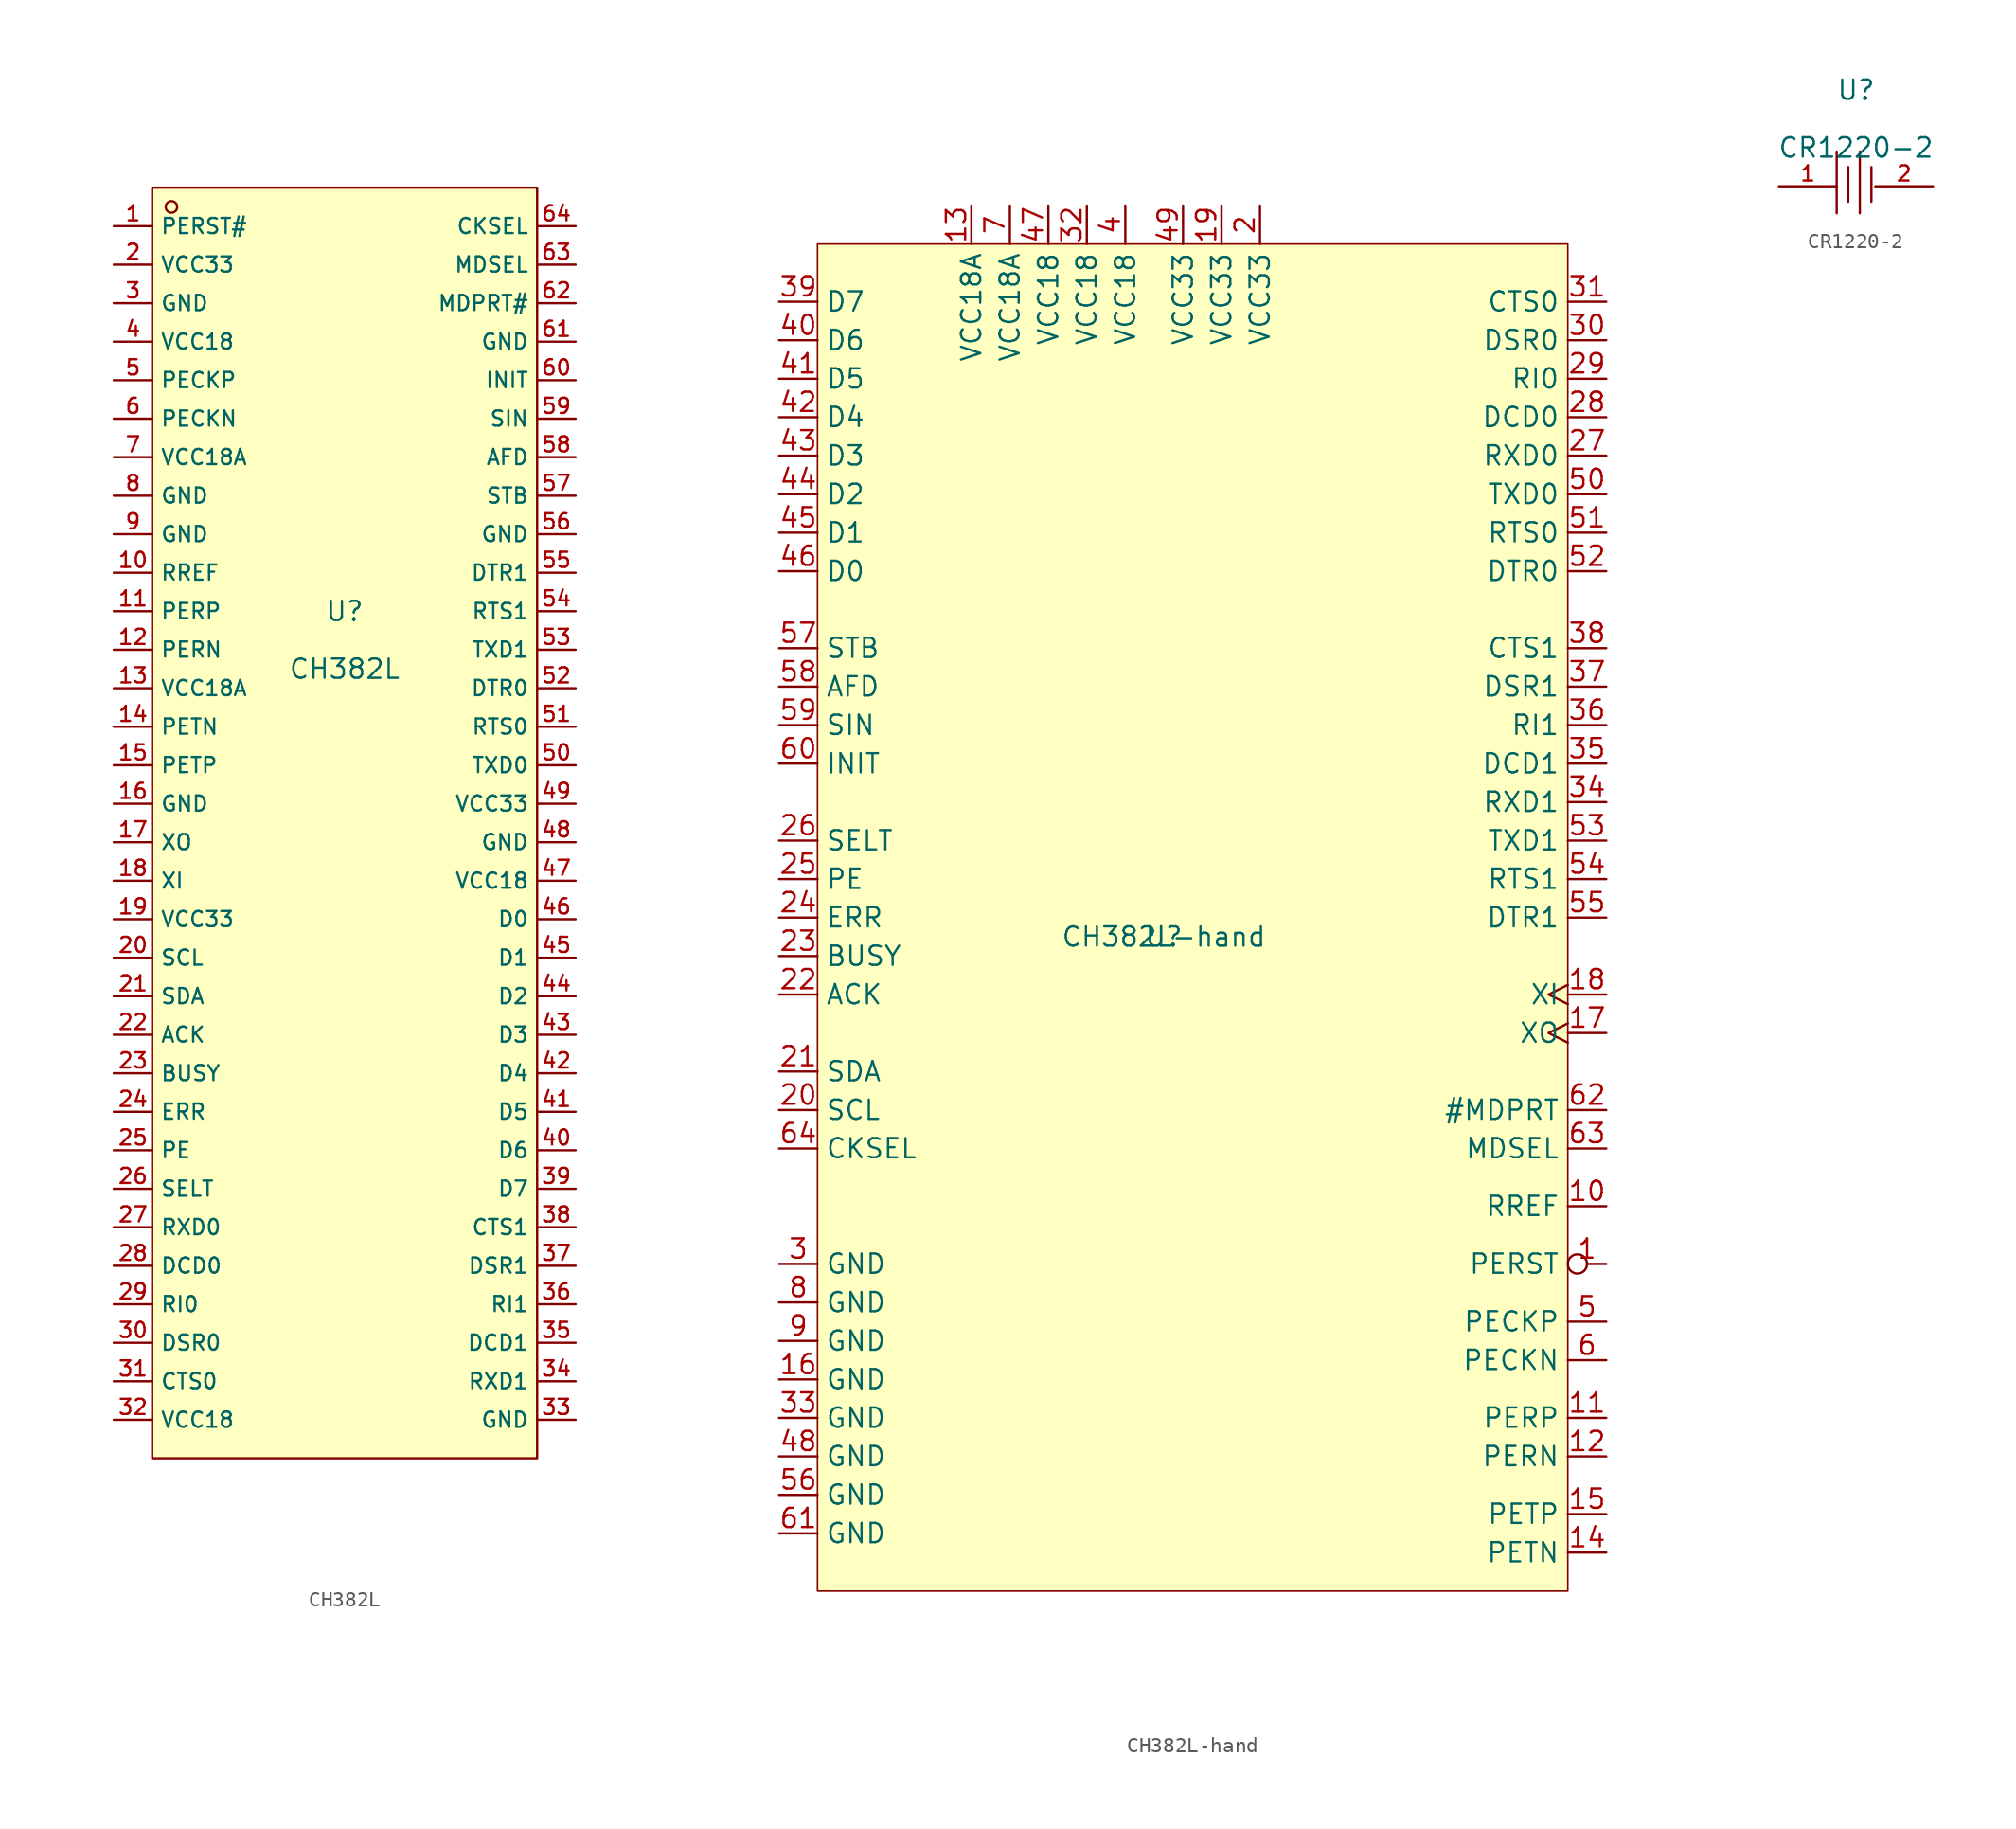
<source format=kicad_sym>
(kicad_symbol_lib
  (version 20211014)
  (generator kicad_symbol_editor)
  (symbol "CH382L"
    (property "Reference" "U"
      (at 0 1.27 0)
      (effects (font (size 1.27 1.27))))
    (property "Value" "CH382L"
      (at 0 -2.54 0)
      (effects (font (size 1.27 1.27))))
    (symbol "CH382L_0_1"
      (rectangle (start -12.7 29.21) (end 12.7 -54.61) (stroke (width 0) (type default) (color 0 0 0 0)) (fill (type background)))
      (circle (center -11.43 27.94) (radius 0.381) (stroke (width 0) (type default) (color 0 0 0 0)) (fill (type background)))
      (pin unspecified line (at -15.24 26.67 0) (length 2.54) (name "PERST#" (effects (font (size 1 1)))) (number "1" (effects (font (size 1 1)))))
      (pin unspecified line (at -15.24 3.81 0) (length 2.54) (name "RREF" (effects (font (size 1 1)))) (number "10" (effects (font (size 1 1)))))
      (pin unspecified line (at -15.24 1.27 0) (length 2.54) (name "PERP" (effects (font (size 1 1)))) (number "11" (effects (font (size 1 1)))))
      (pin unspecified line (at -15.24 -1.27 0) (length 2.54) (name "PERN" (effects (font (size 1 1)))) (number "12" (effects (font (size 1 1)))))
      (pin unspecified line (at -15.24 -3.81 0) (length 2.54) (name "VCC18A" (effects (font (size 1 1)))) (number "13" (effects (font (size 1 1)))))
      (pin unspecified line (at -15.24 -6.35 0) (length 2.54) (name "PETN" (effects (font (size 1 1)))) (number "14" (effects (font (size 1 1)))))
      (pin unspecified line (at -15.24 -8.89 0) (length 2.54) (name "PETP" (effects (font (size 1 1)))) (number "15" (effects (font (size 1 1)))))
      (pin unspecified line (at -15.24 -11.43 0) (length 2.54) (name "GND" (effects (font (size 1 1)))) (number "16" (effects (font (size 1 1)))))
      (pin unspecified line (at -15.24 -13.97 0) (length 2.54) (name "XO" (effects (font (size 1 1)))) (number "17" (effects (font (size 1 1)))))
      (pin unspecified line (at -15.24 -16.51 0) (length 2.54) (name "XI" (effects (font (size 1 1)))) (number "18" (effects (font (size 1 1)))))
      (pin unspecified line (at -15.24 -19.05 0) (length 2.54) (name "VCC33" (effects (font (size 1 1)))) (number "19" (effects (font (size 1 1)))))
      (pin unspecified line (at -15.24 24.13 0) (length 2.54) (name "VCC33" (effects (font (size 1 1)))) (number "2" (effects (font (size 1 1)))))
      (pin unspecified line (at -15.24 -21.59 0) (length 2.54) (name "SCL" (effects (font (size 1 1)))) (number "20" (effects (font (size 1 1)))))
      (pin unspecified line (at -15.24 -24.13 0) (length 2.54) (name "SDA" (effects (font (size 1 1)))) (number "21" (effects (font (size 1 1)))))
      (pin unspecified line (at -15.24 -26.67 0) (length 2.54) (name "ACK" (effects (font (size 1 1)))) (number "22" (effects (font (size 1 1)))))
      (pin unspecified line (at -15.24 -29.21 0) (length 2.54) (name "BUSY" (effects (font (size 1 1)))) (number "23" (effects (font (size 1 1)))))
      (pin unspecified line (at -15.24 -31.75 0) (length 2.54) (name "ERR" (effects (font (size 1 1)))) (number "24" (effects (font (size 1 1)))))
      (pin unspecified line (at -15.24 -34.29 0) (length 2.54) (name "PE" (effects (font (size 1 1)))) (number "25" (effects (font (size 1 1)))))
      (pin unspecified line (at -15.24 -36.83 0) (length 2.54) (name "SELT" (effects (font (size 1 1)))) (number "26" (effects (font (size 1 1)))))
      (pin unspecified line (at -15.24 -39.37 0) (length 2.54) (name "RXD0" (effects (font (size 1 1)))) (number "27" (effects (font (size 1 1)))))
      (pin unspecified line (at -15.24 -41.91 0) (length 2.54) (name "DCD0" (effects (font (size 1 1)))) (number "28" (effects (font (size 1 1)))))
      (pin unspecified line (at -15.24 -44.45 0) (length 2.54) (name "RI0" (effects (font (size 1 1)))) (number "29" (effects (font (size 1 1)))))
      (pin unspecified line (at -15.24 21.59 0) (length 2.54) (name "GND" (effects (font (size 1 1)))) (number "3" (effects (font (size 1 1)))))
      (pin unspecified line (at -15.24 -46.99 0) (length 2.54) (name "DSR0" (effects (font (size 1 1)))) (number "30" (effects (font (size 1 1)))))
      (pin unspecified line (at -15.24 -49.53 0) (length 2.54) (name "CTS0" (effects (font (size 1 1)))) (number "31" (effects (font (size 1 1)))))
      (pin unspecified line (at -15.24 -52.07 0) (length 2.54) (name "VCC18" (effects (font (size 1 1)))) (number "32" (effects (font (size 1 1)))))
      (pin unspecified line (at 15.24 -52.07 180) (length 2.54) (name "GND" (effects (font (size 1 1)))) (number "33" (effects (font (size 1 1)))))
      (pin unspecified line (at 15.24 -49.53 180) (length 2.54) (name "RXD1" (effects (font (size 1 1)))) (number "34" (effects (font (size 1 1)))))
      (pin unspecified line (at 15.24 -46.99 180) (length 2.54) (name "DCD1" (effects (font (size 1 1)))) (number "35" (effects (font (size 1 1)))))
      (pin unspecified line (at 15.24 -44.45 180) (length 2.54) (name "RI1" (effects (font (size 1 1)))) (number "36" (effects (font (size 1 1)))))
      (pin unspecified line (at 15.24 -41.91 180) (length 2.54) (name "DSR1" (effects (font (size 1 1)))) (number "37" (effects (font (size 1 1)))))
      (pin unspecified line (at 15.24 -39.37 180) (length 2.54) (name "CTS1" (effects (font (size 1 1)))) (number "38" (effects (font (size 1 1)))))
      (pin unspecified line (at 15.24 -36.83 180) (length 2.54) (name "D7" (effects (font (size 1 1)))) (number "39" (effects (font (size 1 1)))))
      (pin unspecified line (at -15.24 19.05 0) (length 2.54) (name "VCC18" (effects (font (size 1 1)))) (number "4" (effects (font (size 1 1)))))
      (pin unspecified line (at 15.24 -34.29 180) (length 2.54) (name "D6" (effects (font (size 1 1)))) (number "40" (effects (font (size 1 1)))))
      (pin unspecified line (at 15.24 -31.75 180) (length 2.54) (name "D5" (effects (font (size 1 1)))) (number "41" (effects (font (size 1 1)))))
      (pin unspecified line (at 15.24 -29.21 180) (length 2.54) (name "D4" (effects (font (size 1 1)))) (number "42" (effects (font (size 1 1)))))
      (pin unspecified line (at 15.24 -26.67 180) (length 2.54) (name "D3" (effects (font (size 1 1)))) (number "43" (effects (font (size 1 1)))))
      (pin unspecified line (at 15.24 -24.13 180) (length 2.54) (name "D2" (effects (font (size 1 1)))) (number "44" (effects (font (size 1 1)))))
      (pin unspecified line (at 15.24 -21.59 180) (length 2.54) (name "D1" (effects (font (size 1 1)))) (number "45" (effects (font (size 1 1)))))
      (pin unspecified line (at 15.24 -19.05 180) (length 2.54) (name "D0" (effects (font (size 1 1)))) (number "46" (effects (font (size 1 1)))))
      (pin unspecified line (at 15.24 -16.51 180) (length 2.54) (name "VCC18" (effects (font (size 1 1)))) (number "47" (effects (font (size 1 1)))))
      (pin unspecified line (at 15.24 -13.97 180) (length 2.54) (name "GND" (effects (font (size 1 1)))) (number "48" (effects (font (size 1 1)))))
      (pin unspecified line (at 15.24 -11.43 180) (length 2.54) (name "VCC33" (effects (font (size 1 1)))) (number "49" (effects (font (size 1 1)))))
      (pin unspecified line (at -15.24 16.51 0) (length 2.54) (name "PECKP" (effects (font (size 1 1)))) (number "5" (effects (font (size 1 1)))))
      (pin unspecified line (at 15.24 -8.89 180) (length 2.54) (name "TXD0" (effects (font (size 1 1)))) (number "50" (effects (font (size 1 1)))))
      (pin unspecified line (at 15.24 -6.35 180) (length 2.54) (name "RTS0" (effects (font (size 1 1)))) (number "51" (effects (font (size 1 1)))))
      (pin unspecified line (at 15.24 -3.81 180) (length 2.54) (name "DTR0" (effects (font (size 1 1)))) (number "52" (effects (font (size 1 1)))))
      (pin unspecified line (at 15.24 -1.27 180) (length 2.54) (name "TXD1" (effects (font (size 1 1)))) (number "53" (effects (font (size 1 1)))))
      (pin unspecified line (at 15.24 1.27 180) (length 2.54) (name "RTS1" (effects (font (size 1 1)))) (number "54" (effects (font (size 1 1)))))
      (pin unspecified line (at 15.24 3.81 180) (length 2.54) (name "DTR1" (effects (font (size 1 1)))) (number "55" (effects (font (size 1 1)))))
      (pin unspecified line (at 15.24 6.35 180) (length 2.54) (name "GND" (effects (font (size 1 1)))) (number "56" (effects (font (size 1 1)))))
      (pin unspecified line (at 15.24 8.89 180) (length 2.54) (name "STB" (effects (font (size 1 1)))) (number "57" (effects (font (size 1 1)))))
      (pin unspecified line (at 15.24 11.43 180) (length 2.54) (name "AFD" (effects (font (size 1 1)))) (number "58" (effects (font (size 1 1)))))
      (pin unspecified line (at 15.24 13.97 180) (length 2.54) (name "SIN" (effects (font (size 1 1)))) (number "59" (effects (font (size 1 1)))))
      (pin unspecified line (at -15.24 13.97 0) (length 2.54) (name "PECKN" (effects (font (size 1 1)))) (number "6" (effects (font (size 1 1)))))
      (pin unspecified line (at 15.24 16.51 180) (length 2.54) (name "INIT" (effects (font (size 1 1)))) (number "60" (effects (font (size 1 1)))))
      (pin unspecified line (at 15.24 19.05 180) (length 2.54) (name "GND" (effects (font (size 1 1)))) (number "61" (effects (font (size 1 1)))))
      (pin unspecified line (at 15.24 21.59 180) (length 2.54) (name "MDPRT#" (effects (font (size 1 1)))) (number "62" (effects (font (size 1 1)))))
      (pin unspecified line (at 15.24 24.13 180) (length 2.54) (name "MDSEL" (effects (font (size 1 1)))) (number "63" (effects (font (size 1 1)))))
      (pin unspecified line (at 15.24 26.67 180) (length 2.54) (name "CKSEL" (effects (font (size 1 1)))) (number "64" (effects (font (size 1 1)))))
      (pin unspecified line (at -15.24 11.43 0) (length 2.54) (name "VCC18A" (effects (font (size 1 1)))) (number "7" (effects (font (size 1 1)))))
      (pin unspecified line (at -15.24 8.89 0) (length 2.54) (name "GND" (effects (font (size 1 1)))) (number "8" (effects (font (size 1 1)))))
      (pin unspecified line (at -15.24 6.35 0) (length 2.54) (name "GND" (effects (font (size 1 1)))) (number "9" (effects (font (size 1 1)))))))
  (symbol "CH382L-hand"
    (property "Reference" "U"
      (at 0 0 0)
      (effects (font (size 1.27 1.27))))
    (property "Value" "CH382L-hand"
      (at 0 0 0)
      (effects (font (size 1.27 1.27))))
    (symbol "CH382L-hand_0_1"
      (rectangle (start -22.86 45.72) (end 26.67 -43.18) (stroke (width 0.102) (type default) (color 0 0 0 0)) (fill (type background))))
    (symbol "CH382L-hand_1_1"
      (pin passive inverted (at 29.21 -21.59 180) (length 2.54) (name "PERST" (effects (font (size 1.27 1.27)))) (number "1" (effects (font (size 1.27 1.27)))))
      (pin passive line (at 29.21 -17.78 180) (length 2.54) (name "RREF" (effects (font (size 1.27 1.27)))) (number "10" (effects (font (size 1.27 1.27)))))
      (pin passive line (at 29.21 -31.75 180) (length 2.54) (name "PERP" (effects (font (size 1.27 1.27)))) (number "11" (effects (font (size 1.27 1.27)))))
      (pin passive line (at 29.21 -34.29 180) (length 2.54) (name "PERN" (effects (font (size 1.27 1.27)))) (number "12" (effects (font (size 1.27 1.27)))))
      (pin passive line (at -12.7 48.26 270) (length 2.54) (name "VCC18A" (effects (font (size 1.27 1.27)))) (number "13" (effects (font (size 1.27 1.27)))))
      (pin passive line (at 29.21 -40.64 180) (length 2.54) (name "PETN" (effects (font (size 1.27 1.27)))) (number "14" (effects (font (size 1.27 1.27)))))
      (pin passive line (at 29.21 -38.1 180) (length 2.54) (name "PETP" (effects (font (size 1.27 1.27)))) (number "15" (effects (font (size 1.27 1.27)))))
      (pin passive line (at -25.4 -29.21 0) (length 2.54) (name "GND" (effects (font (size 1.27 1.27)))) (number "16" (effects (font (size 1.27 1.27)))))
      (pin output clock (at 29.21 -6.35 180) (length 2.54) (name "XO" (effects (font (size 1.27 1.27)))) (number "17" (effects (font (size 1.27 1.27)))))
      (pin input clock (at 29.21 -3.81 180) (length 2.54) (name "XI" (effects (font (size 1.27 1.27)))) (number "18" (effects (font (size 1.27 1.27)))))
      (pin passive line (at 3.81 48.26 270) (length 2.54) (name "VCC33" (effects (font (size 1.27 1.27)))) (number "19" (effects (font (size 1.27 1.27)))))
      (pin passive line (at 6.35 48.26 270) (length 2.54) (name "VCC33" (effects (font (size 1.27 1.27)))) (number "2" (effects (font (size 1.27 1.27)))))
      (pin passive line (at -25.4 -11.43 0) (length 2.54) (name "SCL" (effects (font (size 1.27 1.27)))) (number "20" (effects (font (size 1.27 1.27)))))
      (pin passive line (at -25.4 -8.89 0) (length 2.54) (name "SDA" (effects (font (size 1.27 1.27)))) (number "21" (effects (font (size 1.27 1.27)))))
      (pin passive line (at -25.4 -3.81 0) (length 2.54) (name "ACK" (effects (font (size 1.27 1.27)))) (number "22" (effects (font (size 1.27 1.27)))))
      (pin passive line (at -25.4 -1.27 0) (length 2.54) (name "BUSY" (effects (font (size 1.27 1.27)))) (number "23" (effects (font (size 1.27 1.27)))))
      (pin passive line (at -25.4 1.27 0) (length 2.54) (name "ERR" (effects (font (size 1.27 1.27)))) (number "24" (effects (font (size 1.27 1.27)))))
      (pin passive line (at -25.4 3.81 0) (length 2.54) (name "PE" (effects (font (size 1.27 1.27)))) (number "25" (effects (font (size 1.27 1.27)))))
      (pin passive line (at -25.4 6.35 0) (length 2.54) (name "SELT" (effects (font (size 1.27 1.27)))) (number "26" (effects (font (size 1.27 1.27)))))
      (pin input line (at 29.21 31.75 180) (length 2.54) (name "RXD0" (effects (font (size 1.27 1.27)))) (number "27" (effects (font (size 1.27 1.27)))))
      (pin input line (at 29.21 34.29 180) (length 2.54) (name "DCD0" (effects (font (size 1.27 1.27)))) (number "28" (effects (font (size 1.27 1.27)))))
      (pin input line (at 29.21 36.83 180) (length 2.54) (name "RI0" (effects (font (size 1.27 1.27)))) (number "29" (effects (font (size 1.27 1.27)))))
      (pin passive line (at -25.4 -21.59 0) (length 2.54) (name "GND" (effects (font (size 1.27 1.27)))) (number "3" (effects (font (size 1.27 1.27)))))
      (pin input line (at 29.21 39.37 180) (length 2.54) (name "DSR0" (effects (font (size 1.27 1.27)))) (number "30" (effects (font (size 1.27 1.27)))))
      (pin input line (at 29.21 41.91 180) (length 2.54) (name "CTS0" (effects (font (size 1.27 1.27)))) (number "31" (effects (font (size 1.27 1.27)))))
      (pin passive line (at -5.08 48.26 270) (length 2.54) (name "VCC18" (effects (font (size 1.27 1.27)))) (number "32" (effects (font (size 1.27 1.27)))))
      (pin passive line (at -25.4 -31.75 0) (length 2.54) (name "GND" (effects (font (size 1.27 1.27)))) (number "33" (effects (font (size 1.27 1.27)))))
      (pin input line (at 29.21 8.89 180) (length 2.54) (name "RXD1" (effects (font (size 1.27 1.27)))) (number "34" (effects (font (size 1.27 1.27)))))
      (pin input line (at 29.21 11.43 180) (length 2.54) (name "DCD1" (effects (font (size 1.27 1.27)))) (number "35" (effects (font (size 1.27 1.27)))))
      (pin input line (at 29.21 13.97 180) (length 2.54) (name "RI1" (effects (font (size 1.27 1.27)))) (number "36" (effects (font (size 1.27 1.27)))))
      (pin input line (at 29.21 16.51 180) (length 2.54) (name "DSR1" (effects (font (size 1.27 1.27)))) (number "37" (effects (font (size 1.27 1.27)))))
      (pin input line (at 29.21 19.05 180) (length 2.54) (name "CTS1" (effects (font (size 1.27 1.27)))) (number "38" (effects (font (size 1.27 1.27)))))
      (pin input line (at -25.4 41.91 0) (length 2.54) (name "D7" (effects (font (size 1.27 1.27)))) (number "39" (effects (font (size 1.27 1.27)))))
      (pin passive line (at -2.54 48.26 270) (length 2.54) (name "VCC18" (effects (font (size 1.27 1.27)))) (number "4" (effects (font (size 1.27 1.27)))))
      (pin input line (at -25.4 39.37 0) (length 2.54) (name "D6" (effects (font (size 1.27 1.27)))) (number "40" (effects (font (size 1.27 1.27)))))
      (pin input line (at -25.4 36.83 0) (length 2.54) (name "D5" (effects (font (size 1.27 1.27)))) (number "41" (effects (font (size 1.27 1.27)))))
      (pin input line (at -25.4 34.29 0) (length 2.54) (name "D4" (effects (font (size 1.27 1.27)))) (number "42" (effects (font (size 1.27 1.27)))))
      (pin input line (at -25.4 31.75 0) (length 2.54) (name "D3" (effects (font (size 1.27 1.27)))) (number "43" (effects (font (size 1.27 1.27)))))
      (pin input line (at -25.4 29.21 0) (length 2.54) (name "D2" (effects (font (size 1.27 1.27)))) (number "44" (effects (font (size 1.27 1.27)))))
      (pin input line (at -25.4 26.67 0) (length 2.54) (name "D1" (effects (font (size 1.27 1.27)))) (number "45" (effects (font (size 1.27 1.27)))))
      (pin input line (at -25.4 24.13 0) (length 2.54) (name "D0" (effects (font (size 1.27 1.27)))) (number "46" (effects (font (size 1.27 1.27)))))
      (pin passive line (at -7.62 48.26 270) (length 2.54) (name "VCC18" (effects (font (size 1.27 1.27)))) (number "47" (effects (font (size 1.27 1.27)))))
      (pin passive line (at -25.4 -34.29 0) (length 2.54) (name "GND" (effects (font (size 1.27 1.27)))) (number "48" (effects (font (size 1.27 1.27)))))
      (pin passive line (at 1.27 48.26 270) (length 2.54) (name "VCC33" (effects (font (size 1.27 1.27)))) (number "49" (effects (font (size 1.27 1.27)))))
      (pin passive line (at 29.21 -25.4 180) (length 2.54) (name "PECKP" (effects (font (size 1.27 1.27)))) (number "5" (effects (font (size 1.27 1.27)))))
      (pin input line (at 29.21 29.21 180) (length 2.54) (name "TXD0" (effects (font (size 1.27 1.27)))) (number "50" (effects (font (size 1.27 1.27)))))
      (pin input line (at 29.21 26.67 180) (length 2.54) (name "RTS0" (effects (font (size 1.27 1.27)))) (number "51" (effects (font (size 1.27 1.27)))))
      (pin input line (at 29.21 24.13 180) (length 2.54) (name "DTR0" (effects (font (size 1.27 1.27)))) (number "52" (effects (font (size 1.27 1.27)))))
      (pin input line (at 29.21 6.35 180) (length 2.54) (name "TXD1" (effects (font (size 1.27 1.27)))) (number "53" (effects (font (size 1.27 1.27)))))
      (pin input line (at 29.21 3.81 180) (length 2.54) (name "RTS1" (effects (font (size 1.27 1.27)))) (number "54" (effects (font (size 1.27 1.27)))))
      (pin input line (at 29.21 1.27 180) (length 2.54) (name "DTR1" (effects (font (size 1.27 1.27)))) (number "55" (effects (font (size 1.27 1.27)))))
      (pin passive line (at -25.4 -36.83 0) (length 2.54) (name "GND" (effects (font (size 1.27 1.27)))) (number "56" (effects (font (size 1.27 1.27)))))
      (pin passive line (at -25.4 19.05 0) (length 2.54) (name "STB" (effects (font (size 1.27 1.27)))) (number "57" (effects (font (size 1.27 1.27)))))
      (pin passive line (at -25.4 16.51 0) (length 2.54) (name "AFD" (effects (font (size 1.27 1.27)))) (number "58" (effects (font (size 1.27 1.27)))))
      (pin passive line (at -25.4 13.97 0) (length 2.54) (name "SIN" (effects (font (size 1.27 1.27)))) (number "59" (effects (font (size 1.27 1.27)))))
      (pin passive line (at 29.21 -27.94 180) (length 2.54) (name "PECKN" (effects (font (size 1.27 1.27)))) (number "6" (effects (font (size 1.27 1.27)))))
      (pin passive line (at -25.4 11.43 0) (length 2.54) (name "INIT" (effects (font (size 1.27 1.27)))) (number "60" (effects (font (size 1.27 1.27)))))
      (pin passive line (at -25.4 -39.37 0) (length 2.54) (name "GND" (effects (font (size 1.27 1.27)))) (number "61" (effects (font (size 1.27 1.27)))))
      (pin output line (at 29.21 -11.43 180) (length 2.54) (name "#MDPRT" (effects (font (size 1.27 1.27)))) (number "62" (effects (font (size 1.27 1.27)))))
      (pin output line (at 29.21 -13.97 180) (length 2.54) (name "MDSEL" (effects (font (size 1.27 1.27)))) (number "63" (effects (font (size 1.27 1.27)))))
      (pin passive line (at -25.4 -13.97 0) (length 2.54) (name "CKSEL" (effects (font (size 1.27 1.27)))) (number "64" (effects (font (size 1.27 1.27)))))
      (pin passive line (at -10.16 48.26 270) (length 2.54) (name "VCC18A" (effects (font (size 1.27 1.27)))) (number "7" (effects (font (size 1.27 1.27)))))
      (pin passive line (at -25.4 -24.13 0) (length 2.54) (name "GND" (effects (font (size 1.27 1.27)))) (number "8" (effects (font (size 1.27 1.27)))))
      (pin passive line (at -25.4 -26.67 0) (length 2.54) (name "GND" (effects (font (size 1.27 1.27)))) (number "9" (effects (font (size 1.27 1.27)))))))
  (symbol "CR1220-2"
    (pin_names hide)
    (property "Reference" "U"
      (at 0 1.27 0)
      (effects (font (size 1.27 1.27))))
    (property "Value" "CR1220-2"
      (at 0 -2.54 0)
      (effects (font (size 1.27 1.27))))
    (symbol "CR1220-2_0_1"
      (polyline (pts (xy -1.27 -2.794) (xy -1.27 -6.858)) (stroke (width 0) (type default) (color 0 0 0 0)) (fill (type none)))
      (polyline (pts (xy -0.508 -3.81) (xy -0.508 -6.096)) (stroke (width 0) (type default) (color 0 0 0 0)) (fill (type none)))
      (polyline (pts (xy 0.254 -2.794) (xy 0.254 -6.858)) (stroke (width 0) (type default) (color 0 0 0 0)) (fill (type none)))
      (polyline (pts (xy 1.016 -3.81) (xy 1.016 -6.096)) (stroke (width 0) (type default) (color 0 0 0 0)) (fill (type none)))
      (pin input line (at -5.08 -5.08 0) (length 3.81) (name "1" (effects (font (size 1 1)))) (number "1" (effects (font (size 1 1)))))
      (pin input line (at 5.08 -5.08 180) (length 3.81) (name "2" (effects (font (size 1 1)))) (number "2" (effects (font (size 1 1))))))))
</source>
